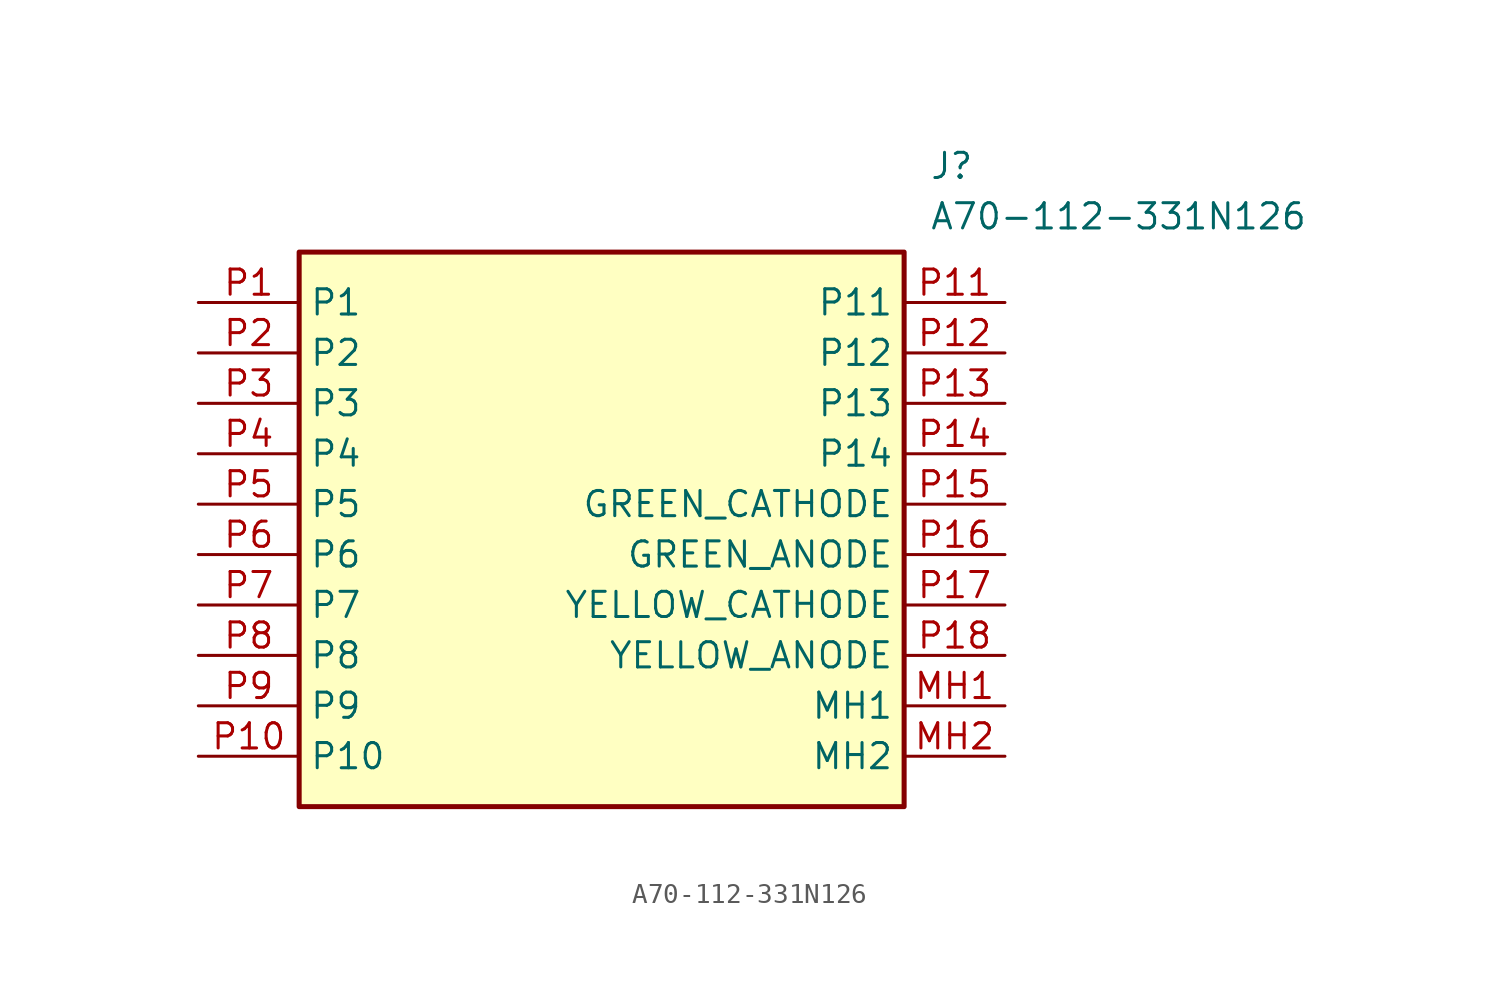
<source format=kicad_sym>
(kicad_symbol_lib
  (version 20211014)
  (generator SamacSys_ECAD_Model)
  (symbol "A70-112-331N126"
    (property "Reference" "J"
      (at 36.83 7.62 0)
      (effects (font (size 1.27 1.27)) (justify left top)))
    (property "Value" "A70-112-331N126"
      (at 36.83 5.08 0)
      (effects (font (size 1.27 1.27)) (justify left top)))
    (rectangle
      (start 5.08 2.54)
      (end 35.56 -25.4)
      (stroke (width 0.254) (type default))
      (fill (type background)))
    (pin passive line
      (at 0 0 0)
      (length 5.08)
      (name "P1" (effects (font (size 1.27 1.27))))
      (number "P1" (effects (font (size 1.27 1.27)))))
    (pin passive line
      (at 0 -2.54 0)
      (length 5.08)
      (name "P2" (effects (font (size 1.27 1.27))))
      (number "P2" (effects (font (size 1.27 1.27)))))
    (pin passive line
      (at 0 -5.08 0)
      (length 5.08)
      (name "P3" (effects (font (size 1.27 1.27))))
      (number "P3" (effects (font (size 1.27 1.27)))))
    (pin passive line
      (at 0 -7.62 0)
      (length 5.08)
      (name "P4" (effects (font (size 1.27 1.27))))
      (number "P4" (effects (font (size 1.27 1.27)))))
    (pin passive line
      (at 0 -10.16 0)
      (length 5.08)
      (name "P5" (effects (font (size 1.27 1.27))))
      (number "P5" (effects (font (size 1.27 1.27)))))
    (pin passive line
      (at 0 -12.7 0)
      (length 5.08)
      (name "P6" (effects (font (size 1.27 1.27))))
      (number "P6" (effects (font (size 1.27 1.27)))))
    (pin passive line
      (at 0 -15.24 0)
      (length 5.08)
      (name "P7" (effects (font (size 1.27 1.27))))
      (number "P7" (effects (font (size 1.27 1.27)))))
    (pin passive line
      (at 0 -17.78 0)
      (length 5.08)
      (name "P8" (effects (font (size 1.27 1.27))))
      (number "P8" (effects (font (size 1.27 1.27)))))
    (pin passive line
      (at 0 -20.32 0)
      (length 5.08)
      (name "P9" (effects (font (size 1.27 1.27))))
      (number "P9" (effects (font (size 1.27 1.27)))))
    (pin passive line
      (at 0 -22.86 0)
      (length 5.08)
      (name "P10" (effects (font (size 1.27 1.27))))
      (number "P10" (effects (font (size 1.27 1.27)))))
    (pin passive line
      (at 40.64 0 180)
      (length 5.08)
      (name "P11" (effects (font (size 1.27 1.27))))
      (number "P11" (effects (font (size 1.27 1.27)))))
    (pin passive line
      (at 40.64 -2.54 180)
      (length 5.08)
      (name "P12" (effects (font (size 1.27 1.27))))
      (number "P12" (effects (font (size 1.27 1.27)))))
    (pin passive line
      (at 40.64 -5.08 180)
      (length 5.08)
      (name "P13" (effects (font (size 1.27 1.27))))
      (number "P13" (effects (font (size 1.27 1.27)))))
    (pin passive line
      (at 40.64 -7.62 180)
      (length 5.08)
      (name "P14" (effects (font (size 1.27 1.27))))
      (number "P14" (effects (font (size 1.27 1.27)))))
    (pin passive line
      (at 40.64 -10.16 180)
      (length 5.08)
      (name "GREEN_CATHODE" (effects (font (size 1.27 1.27))))
      (number "P15" (effects (font (size 1.27 1.27)))))
    (pin passive line
      (at 40.64 -12.7 180)
      (length 5.08)
      (name "GREEN_ANODE" (effects (font (size 1.27 1.27))))
      (number "P16" (effects (font (size 1.27 1.27)))))
    (pin passive line
      (at 40.64 -15.24 180)
      (length 5.08)
      (name "YELLOW_CATHODE" (effects (font (size 1.27 1.27))))
      (number "P17" (effects (font (size 1.27 1.27)))))
    (pin passive line
      (at 40.64 -17.78 180)
      (length 5.08)
      (name "YELLOW_ANODE" (effects (font (size 1.27 1.27))))
      (number "P18" (effects (font (size 1.27 1.27)))))
    (pin passive line
      (at 40.64 -20.32 180)
      (length 5.08)
      (name "MH1" (effects (font (size 1.27 1.27))))
      (number "MH1" (effects (font (size 1.27 1.27)))))
    (pin passive line
      (at 40.64 -22.86 180)
      (length 5.08)
      (name "MH2" (effects (font (size 1.27 1.27))))
      (number "MH2" (effects (font (size 1.27 1.27)))))))
</source>
